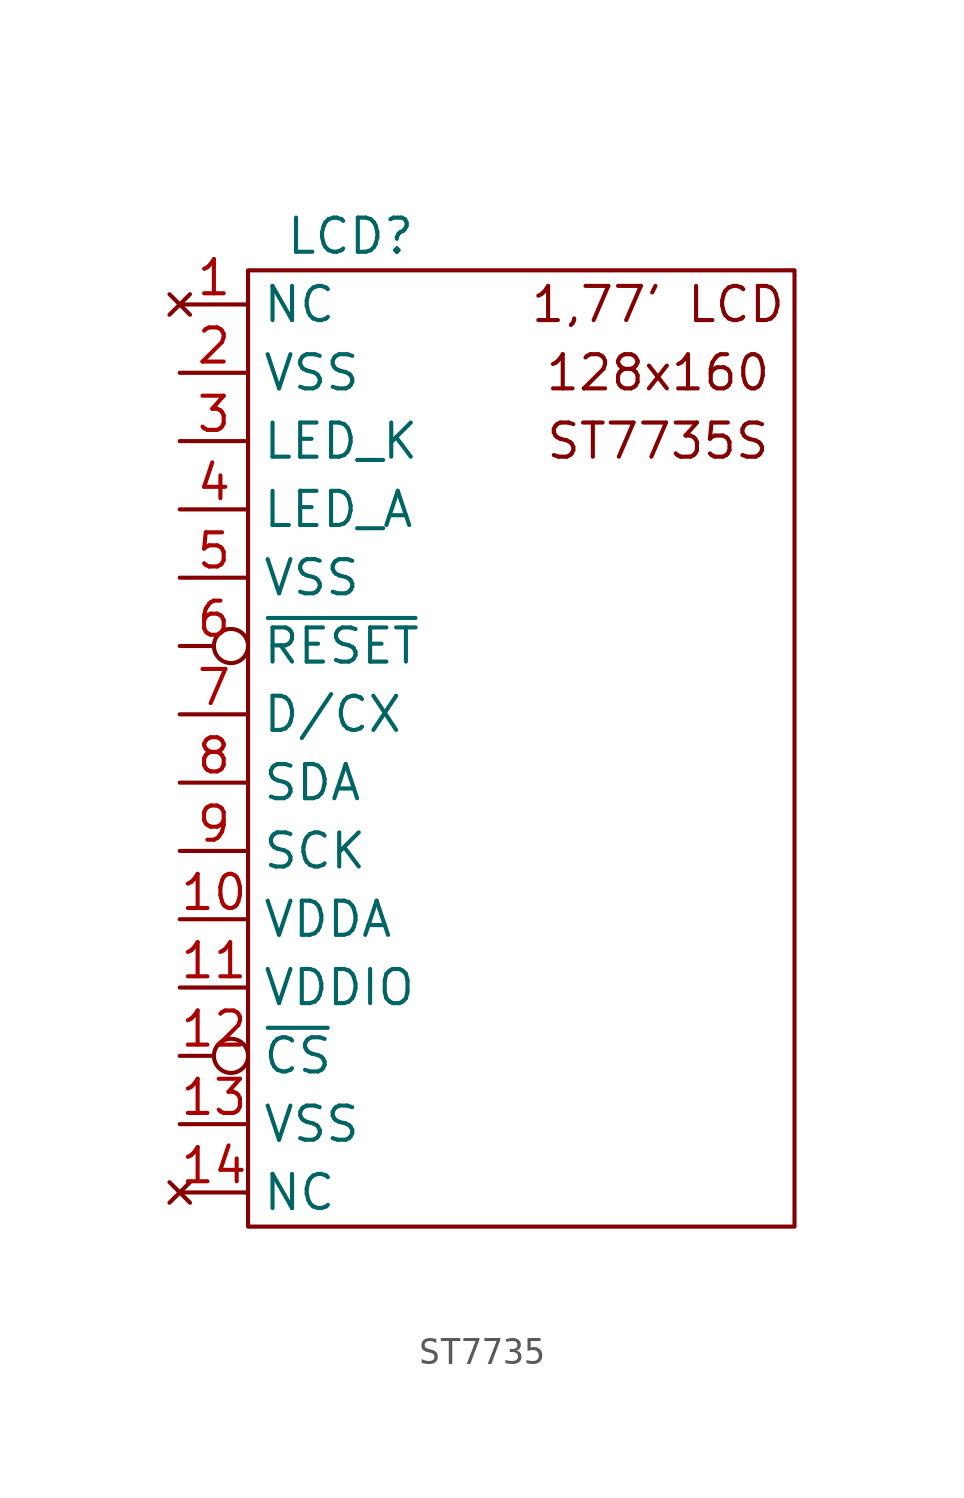
<source format=kicad_sym>
(kicad_symbol_lib
  (version 20220914)
  (generator kicad_symbol_editor)
  (symbol "ST7735"
    (property "Reference" "LCD"
      (at -6.35 19.05 0)
      (effects (font (size 1.27 1.27))))
    (property "Value" ""
      (at -6.35 19.05 0)
      (effects (font (size 1.27 1.27))))
    (symbol "ST7735_0_1"
      (polyline (pts (xy -10.16 17.78) (xy 10.16 17.78) (xy 10.16 -17.78) (xy -10.16 -17.78) (xy -10.16 17.78)) (stroke (width 0) (type default)) (fill (type none))))
    (symbol "ST7735_1_1"
      (text "1,77' LCD" (at 5.08 16.51 0) (effects (font (size 1.27 1.27))))
      (text "128x160" (at 5.08 13.97 0) (effects (font (size 1.27 1.27))))
      (text "ST7735S" (at 5.08 11.43 0) (effects (font (size 1.27 1.27))))
      (pin no_connect line (at -12.7 16.51 0) (length 2.54) (name "NC" (effects (font (size 1.27 1.27)))) (number "1" (effects (font (size 1.27 1.27)))))
      (pin power_in line (at -12.7 -6.35 0) (length 2.54) (name "VDDA" (effects (font (size 1.27 1.27)))) (number "10" (effects (font (size 1.27 1.27)))))
      (pin power_in line (at -12.7 -8.89 0) (length 2.54) (name "VDDIO" (effects (font (size 1.27 1.27)))) (number "11" (effects (font (size 1.27 1.27)))))
      (pin input inverted (at -12.7 -11.43 0) (length 2.54) (name "~{CS}" (effects (font (size 1.27 1.27)))) (number "12" (effects (font (size 1.27 1.27)))))
      (pin power_in line (at -12.7 -13.97 0) (length 2.54) (name "VSS" (effects (font (size 1.27 1.27)))) (number "13" (effects (font (size 1.27 1.27)))))
      (pin no_connect line (at -12.7 -16.51 0) (length 2.54) (name "NC" (effects (font (size 1.27 1.27)))) (number "14" (effects (font (size 1.27 1.27)))))
      (pin power_in line (at -12.7 13.97 0) (length 2.54) (name "VSS" (effects (font (size 1.27 1.27)))) (number "2" (effects (font (size 1.27 1.27)))))
      (pin input line (at -12.7 11.43 0) (length 2.54) (name "LED_K" (effects (font (size 1.27 1.27)))) (number "3" (effects (font (size 1.27 1.27)))))
      (pin input line (at -12.7 8.89 0) (length 2.54) (name "LED_A" (effects (font (size 1.27 1.27)))) (number "4" (effects (font (size 1.27 1.27)))))
      (pin power_in line (at -12.7 6.35 0) (length 2.54) (name "VSS" (effects (font (size 1.27 1.27)))) (number "5" (effects (font (size 1.27 1.27)))))
      (pin input inverted (at -12.7 3.81 0) (length 2.54) (name "~{RESET}" (effects (font (size 1.27 1.27)))) (number "6" (effects (font (size 1.27 1.27)))))
      (pin input line (at -12.7 1.27 0) (length 2.54) (name "D/CX" (effects (font (size 1.27 1.27)))) (number "7" (effects (font (size 1.27 1.27)))))
      (pin bidirectional line (at -12.7 -1.27 0) (length 2.54) (name "SDA" (effects (font (size 1.27 1.27)))) (number "8" (effects (font (size 1.27 1.27)))))
      (pin input line (at -12.7 -3.81 0) (length 2.54) (name "SCK" (effects (font (size 1.27 1.27)))) (number "9" (effects (font (size 1.27 1.27))))))))
</source>
